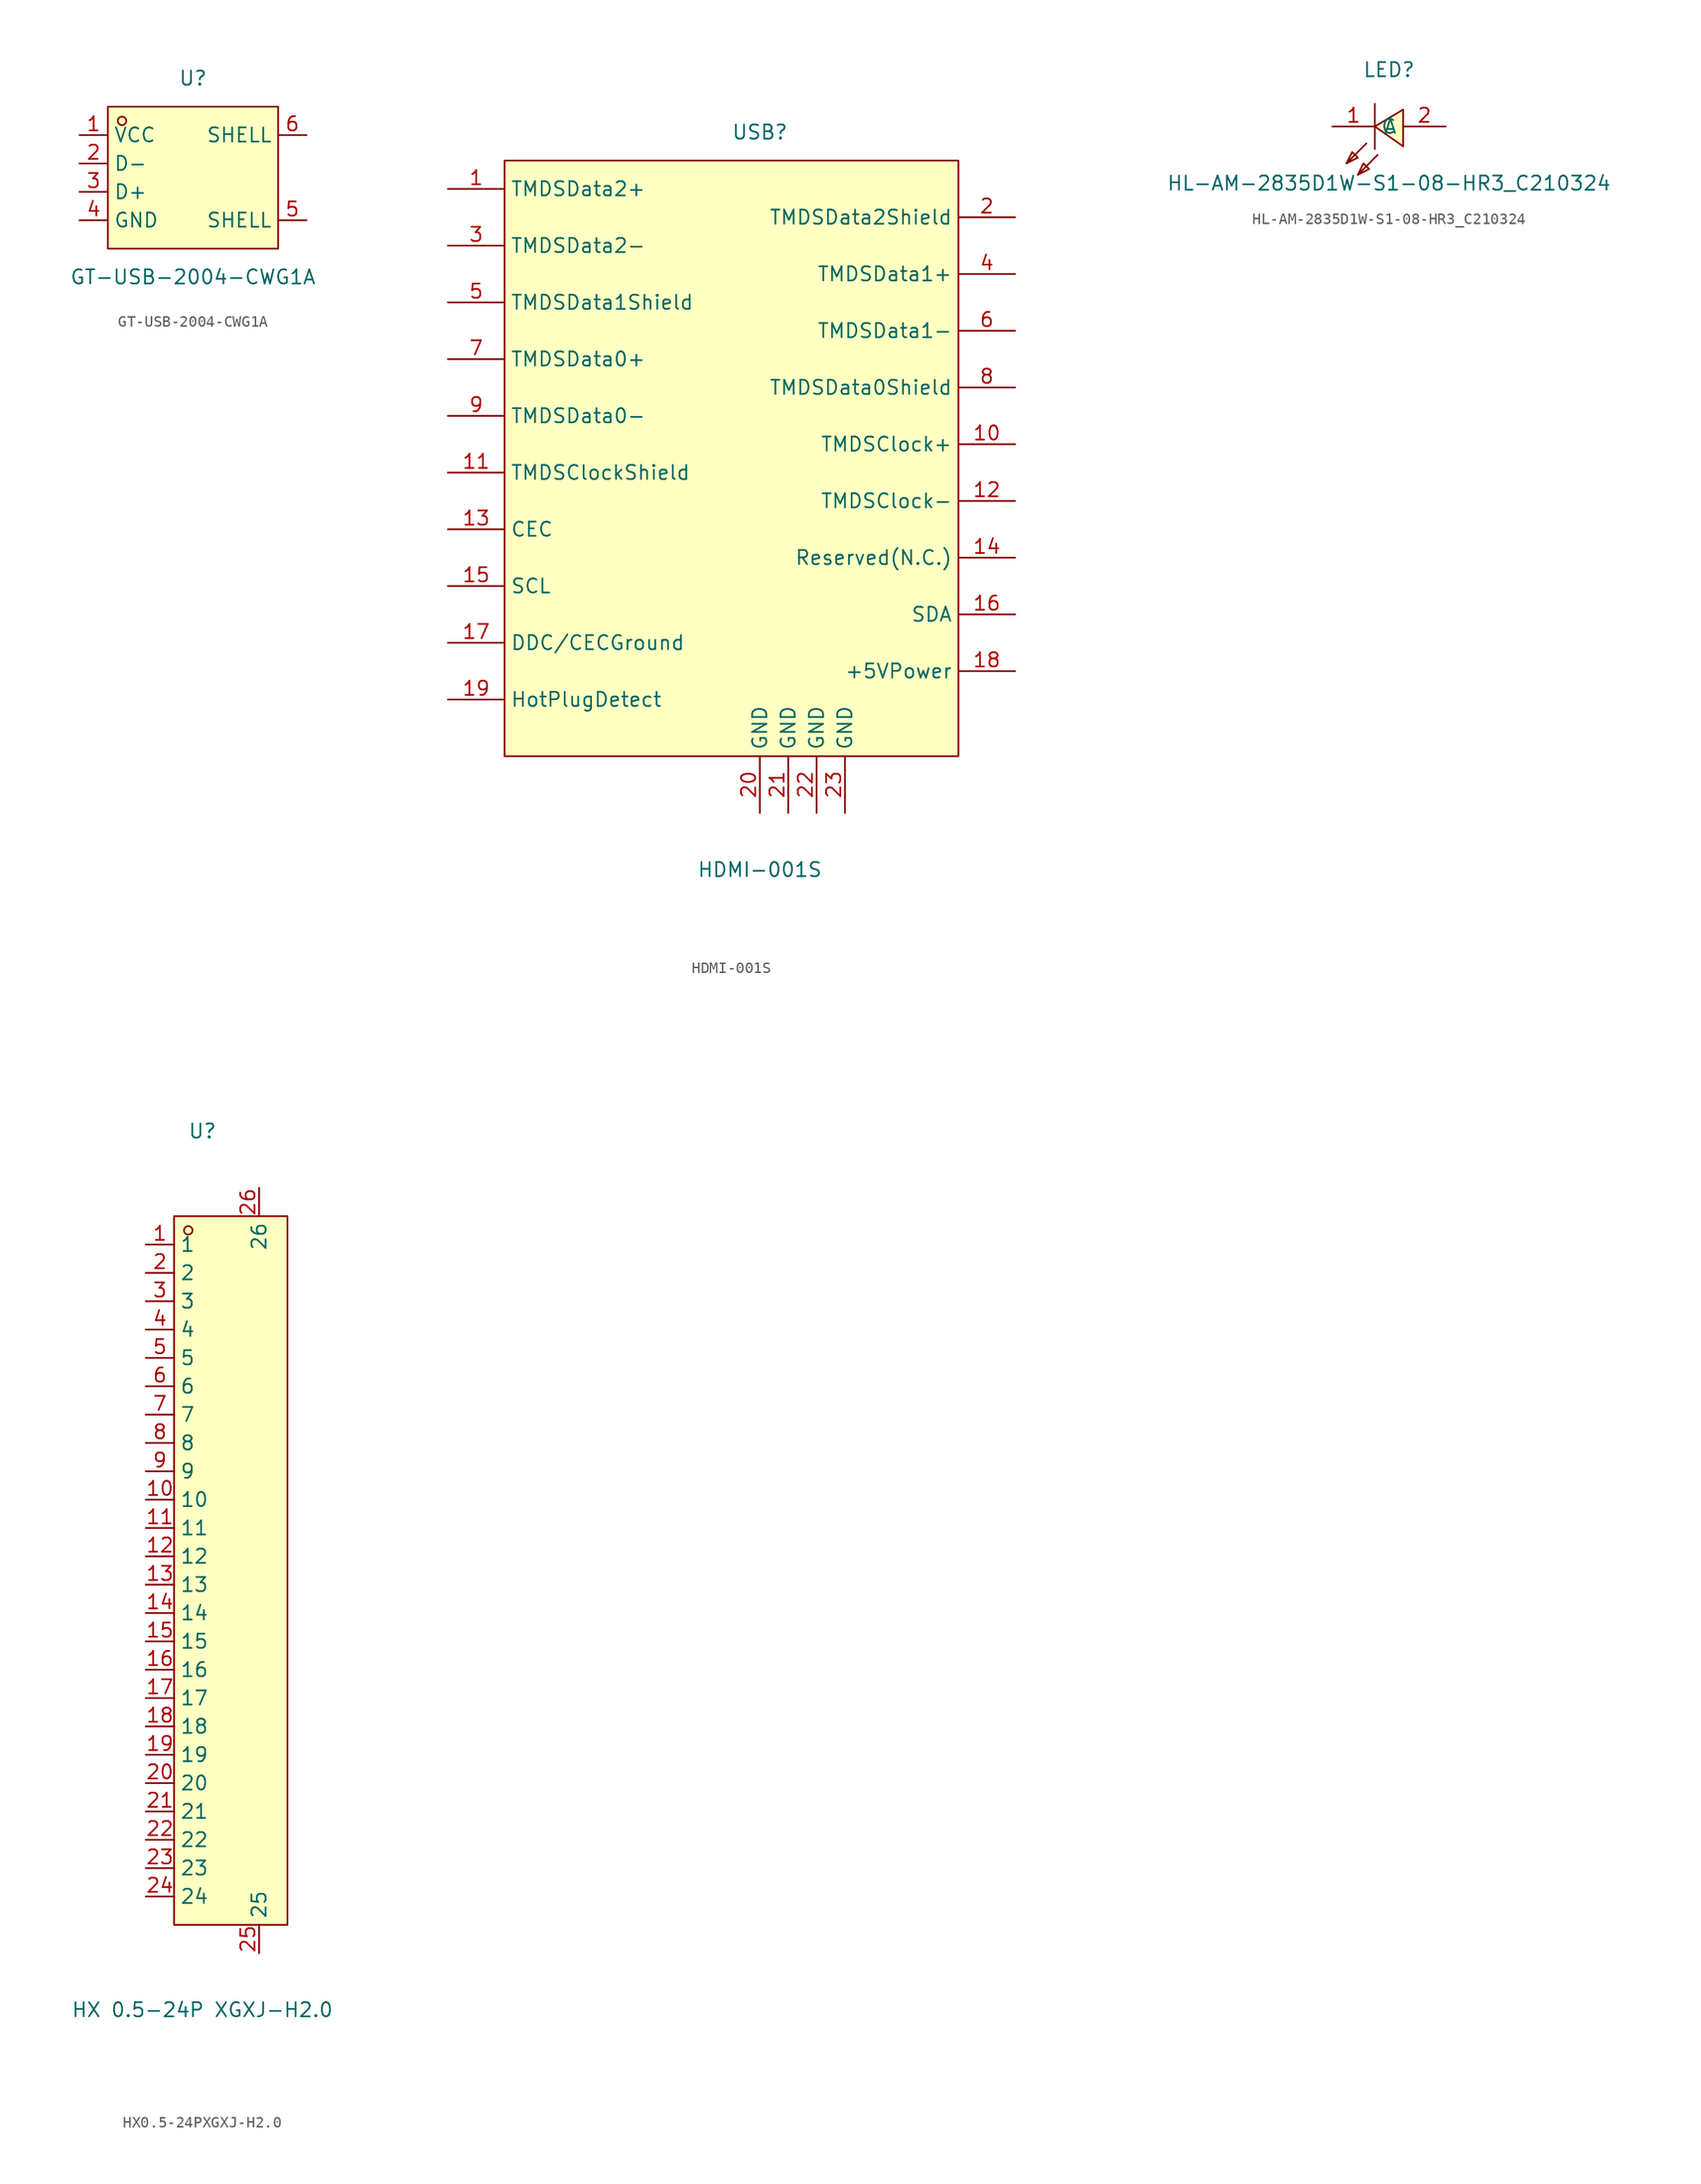
<source format=kicad_sym>
(kicad_symbol_lib
  (version 20220914)
  (generator https://github.com/uPesy/easyeda2kicad.py)
  (symbol "GT-USB-2004-CWG1A"
    (property "Reference" "U"
      (at 0 10.16 0)
      (effects (font (size 1.27 1.27))))
    (property "Value" "GT-USB-2004-CWG1A"
      (at 0 -7.62 0)
      (effects (font (size 1.27 1.27))))
    (symbol "GT-USB-2004-CWG1A_0_1"
      (rectangle (start -7.62 7.62) (end 7.62 -5.08) (stroke (width 0) (type default)) (fill (type background)))
      (circle (center -6.35 6.35) (radius 0.38) (stroke (width 0) (type default)) (fill (type none)))
      (pin unspecified line (at -10.16 5.08 0) (length 2.54) (name "VCC" (effects (font (size 1.27 1.27)))) (number "1" (effects (font (size 1.27 1.27)))))
      (pin unspecified line (at -10.16 2.54 0) (length 2.54) (name "D-" (effects (font (size 1.27 1.27)))) (number "2" (effects (font (size 1.27 1.27)))))
      (pin unspecified line (at -10.16 0 0) (length 2.54) (name "D+" (effects (font (size 1.27 1.27)))) (number "3" (effects (font (size 1.27 1.27)))))
      (pin unspecified line (at -10.16 -2.54 0) (length 2.54) (name "GND" (effects (font (size 1.27 1.27)))) (number "4" (effects (font (size 1.27 1.27)))))
      (pin unspecified line (at 10.16 -2.54 180) (length 2.54) (name "SHELL" (effects (font (size 1.27 1.27)))) (number "5" (effects (font (size 1.27 1.27)))))
      (pin unspecified line (at 10.16 5.08 180) (length 2.54) (name "SHELL" (effects (font (size 1.27 1.27)))) (number "6" (effects (font (size 1.27 1.27)))))))
  (symbol "HDMI-001S"
    (property "Reference" "USB"
      (at 0 26.67 0)
      (effects (font (size 1.27 1.27))))
    (property "Value" "HDMI-001S"
      (at 0 -39.37 0)
      (effects (font (size 1.27 1.27))))
    (symbol "HDMI-001S_0_1"
      (rectangle (start -22.86 24.13) (end 17.78 -29.21) (stroke (width 0) (type default)) (fill (type background)))
      (pin unspecified line (at -27.94 21.59 0) (length 5.08) (name "TMDSData2+" (effects (font (size 1.27 1.27)))) (number "1" (effects (font (size 1.27 1.27)))))
      (pin unspecified line (at 22.86 -1.27 180) (length 5.08) (name "TMDSClock+" (effects (font (size 1.27 1.27)))) (number "10" (effects (font (size 1.27 1.27)))))
      (pin unspecified line (at -27.94 -3.81 0) (length 5.08) (name "TMDSClockShield" (effects (font (size 1.27 1.27)))) (number "11" (effects (font (size 1.27 1.27)))))
      (pin unspecified line (at 22.86 -6.35 180) (length 5.08) (name "TMDSClock-" (effects (font (size 1.27 1.27)))) (number "12" (effects (font (size 1.27 1.27)))))
      (pin unspecified line (at -27.94 -8.89 0) (length 5.08) (name "CEC" (effects (font (size 1.27 1.27)))) (number "13" (effects (font (size 1.27 1.27)))))
      (pin unspecified line (at 22.86 -11.43 180) (length 5.08) (name "Reserved(N.C.)" (effects (font (size 1.27 1.27)))) (number "14" (effects (font (size 1.27 1.27)))))
      (pin unspecified line (at -27.94 -13.97 0) (length 5.08) (name "SCL" (effects (font (size 1.27 1.27)))) (number "15" (effects (font (size 1.27 1.27)))))
      (pin unspecified line (at 22.86 -16.51 180) (length 5.08) (name "SDA" (effects (font (size 1.27 1.27)))) (number "16" (effects (font (size 1.27 1.27)))))
      (pin unspecified line (at -27.94 -19.05 0) (length 5.08) (name "DDC/CECGround" (effects (font (size 1.27 1.27)))) (number "17" (effects (font (size 1.27 1.27)))))
      (pin unspecified line (at 22.86 -21.59 180) (length 5.08) (name "+5VPower" (effects (font (size 1.27 1.27)))) (number "18" (effects (font (size 1.27 1.27)))))
      (pin unspecified line (at -27.94 -24.13 0) (length 5.08) (name "HotPlugDetect" (effects (font (size 1.27 1.27)))) (number "19" (effects (font (size 1.27 1.27)))))
      (pin unspecified line (at 22.86 19.05 180) (length 5.08) (name "TMDSData2Shield" (effects (font (size 1.27 1.27)))) (number "2" (effects (font (size 1.27 1.27)))))
      (pin unspecified line (at 0 -34.29 90) (length 5.08) (name "GND" (effects (font (size 1.27 1.27)))) (number "20" (effects (font (size 1.27 1.27)))))
      (pin unspecified line (at 2.54 -34.29 90) (length 5.08) (name "GND" (effects (font (size 1.27 1.27)))) (number "21" (effects (font (size 1.27 1.27)))))
      (pin unspecified line (at 5.08 -34.29 90) (length 5.08) (name "GND" (effects (font (size 1.27 1.27)))) (number "22" (effects (font (size 1.27 1.27)))))
      (pin unspecified line (at 7.62 -34.29 90) (length 5.08) (name "GND" (effects (font (size 1.27 1.27)))) (number "23" (effects (font (size 1.27 1.27)))))
      (pin unspecified line (at -27.94 16.51 0) (length 5.08) (name "TMDSData2-" (effects (font (size 1.27 1.27)))) (number "3" (effects (font (size 1.27 1.27)))))
      (pin unspecified line (at 22.86 13.97 180) (length 5.08) (name "TMDSData1+" (effects (font (size 1.27 1.27)))) (number "4" (effects (font (size 1.27 1.27)))))
      (pin unspecified line (at -27.94 11.43 0) (length 5.08) (name "TMDSData1Shield" (effects (font (size 1.27 1.27)))) (number "5" (effects (font (size 1.27 1.27)))))
      (pin unspecified line (at 22.86 8.89 180) (length 5.08) (name "TMDSData1-" (effects (font (size 1.27 1.27)))) (number "6" (effects (font (size 1.27 1.27)))))
      (pin unspecified line (at -27.94 6.35 0) (length 5.08) (name "TMDSData0+" (effects (font (size 1.27 1.27)))) (number "7" (effects (font (size 1.27 1.27)))))
      (pin unspecified line (at 22.86 3.81 180) (length 5.08) (name "TMDSData0Shield" (effects (font (size 1.27 1.27)))) (number "8" (effects (font (size 1.27 1.27)))))
      (pin unspecified line (at -27.94 1.27 0) (length 5.08) (name "TMDSData0-" (effects (font (size 1.27 1.27)))) (number "9" (effects (font (size 1.27 1.27)))))))
  (symbol "HL-AM-2835D1W-S1-08-HR3_C210324"
    (property "Reference" "LED"
      (at 0 5.08 0)
      (effects (font (size 1.27 1.27))))
    (property "Value" "HL-AM-2835D1W-S1-08-HR3_C210324"
      (at 0 -5.08 0)
      (effects (font (size 1.27 1.27))))
    (symbol "HL-AM-2835D1W-S1-08-HR3_C210324_0_1"
      (polyline (pts (xy -2.03 -1.52) (xy -3.81 -3.3)) (stroke (width 0) (type default)) (fill (type none)))
      (polyline (pts (xy -1.27 -2.03) (xy -1.27 2.03)) (stroke (width 0) (type default)) (fill (type none)))
      (polyline (pts (xy -1.02 -2.54) (xy -2.79 -4.32)) (stroke (width 0) (type default)) (fill (type none)))
      (polyline (pts (xy -3.81 -3.3) (xy -2.79 -2.79) (xy -3.3 -2.29) (xy -3.81 -3.3)) (stroke (width 0) (type default)) (fill (type background)))
      (polyline (pts (xy -2.79 -4.32) (xy -1.78 -3.81) (xy -2.29 -3.3) (xy -2.79 -4.32)) (stroke (width 0) (type default)) (fill (type background)))
      (polyline (pts (xy 1.27 1.52) (xy -1.27 0) (xy 1.27 -1.78) (xy 1.27 1.52)) (stroke (width 0) (type default)) (fill (type background)))
      (pin unspecified line (at -5.08 0 0) (length 3.81) (name "C" (effects (font (size 1.27 1.27)))) (number "1" (effects (font (size 1.27 1.27)))))
      (pin unspecified line (at 5.08 0 180) (length 3.81) (name "A" (effects (font (size 1.27 1.27)))) (number "2" (effects (font (size 1.27 1.27)))))))
  (symbol "HX0.5-24PXGXJ-H2.0"
    (property "Reference" "U"
      (at 0 40.64 0)
      (effects (font (size 1.27 1.27))))
    (property "Value" "HX 0.5-24P XGXJ-H2.0"
      (at 0 -38.1 0)
      (effects (font (size 1.27 1.27))))
    (symbol "HX0.5-24PXGXJ-H2.0_0_1"
      (rectangle (start -2.54 33.02) (end 7.62 -30.48) (stroke (width 0) (type default)) (fill (type background)))
      (circle (center -1.27 31.75) (radius 0.38) (stroke (width 0) (type default)) (fill (type none)))
      (pin unspecified line (at -5.08 30.48 0) (length 2.54) (name "1" (effects (font (size 1.27 1.27)))) (number "1" (effects (font (size 1.27 1.27)))))
      (pin unspecified line (at -5.08 7.62 0) (length 2.54) (name "10" (effects (font (size 1.27 1.27)))) (number "10" (effects (font (size 1.27 1.27)))))
      (pin unspecified line (at -5.08 5.08 0) (length 2.54) (name "11" (effects (font (size 1.27 1.27)))) (number "11" (effects (font (size 1.27 1.27)))))
      (pin unspecified line (at -5.08 2.54 0) (length 2.54) (name "12" (effects (font (size 1.27 1.27)))) (number "12" (effects (font (size 1.27 1.27)))))
      (pin unspecified line (at -5.08 0 0) (length 2.54) (name "13" (effects (font (size 1.27 1.27)))) (number "13" (effects (font (size 1.27 1.27)))))
      (pin unspecified line (at -5.08 -2.54 0) (length 2.54) (name "14" (effects (font (size 1.27 1.27)))) (number "14" (effects (font (size 1.27 1.27)))))
      (pin unspecified line (at -5.08 -5.08 0) (length 2.54) (name "15" (effects (font (size 1.27 1.27)))) (number "15" (effects (font (size 1.27 1.27)))))
      (pin unspecified line (at -5.08 -7.62 0) (length 2.54) (name "16" (effects (font (size 1.27 1.27)))) (number "16" (effects (font (size 1.27 1.27)))))
      (pin unspecified line (at -5.08 -10.16 0) (length 2.54) (name "17" (effects (font (size 1.27 1.27)))) (number "17" (effects (font (size 1.27 1.27)))))
      (pin unspecified line (at -5.08 -12.7 0) (length 2.54) (name "18" (effects (font (size 1.27 1.27)))) (number "18" (effects (font (size 1.27 1.27)))))
      (pin unspecified line (at -5.08 -15.24 0) (length 2.54) (name "19" (effects (font (size 1.27 1.27)))) (number "19" (effects (font (size 1.27 1.27)))))
      (pin unspecified line (at -5.08 27.94 0) (length 2.54) (name "2" (effects (font (size 1.27 1.27)))) (number "2" (effects (font (size 1.27 1.27)))))
      (pin unspecified line (at -5.08 -17.78 0) (length 2.54) (name "20" (effects (font (size 1.27 1.27)))) (number "20" (effects (font (size 1.27 1.27)))))
      (pin unspecified line (at -5.08 -20.32 0) (length 2.54) (name "21" (effects (font (size 1.27 1.27)))) (number "21" (effects (font (size 1.27 1.27)))))
      (pin unspecified line (at -5.08 -22.86 0) (length 2.54) (name "22" (effects (font (size 1.27 1.27)))) (number "22" (effects (font (size 1.27 1.27)))))
      (pin unspecified line (at -5.08 -25.4 0) (length 2.54) (name "23" (effects (font (size 1.27 1.27)))) (number "23" (effects (font (size 1.27 1.27)))))
      (pin unspecified line (at -5.08 -27.94 0) (length 2.54) (name "24" (effects (font (size 1.27 1.27)))) (number "24" (effects (font (size 1.27 1.27)))))
      (pin unspecified line (at 5.08 -33.02 90) (length 2.54) (name "25" (effects (font (size 1.27 1.27)))) (number "25" (effects (font (size 1.27 1.27)))))
      (pin unspecified line (at 5.08 35.56 270) (length 2.54) (name "26" (effects (font (size 1.27 1.27)))) (number "26" (effects (font (size 1.27 1.27)))))
      (pin unspecified line (at -5.08 25.4 0) (length 2.54) (name "3" (effects (font (size 1.27 1.27)))) (number "3" (effects (font (size 1.27 1.27)))))
      (pin unspecified line (at -5.08 22.86 0) (length 2.54) (name "4" (effects (font (size 1.27 1.27)))) (number "4" (effects (font (size 1.27 1.27)))))
      (pin unspecified line (at -5.08 20.32 0) (length 2.54) (name "5" (effects (font (size 1.27 1.27)))) (number "5" (effects (font (size 1.27 1.27)))))
      (pin unspecified line (at -5.08 17.78 0) (length 2.54) (name "6" (effects (font (size 1.27 1.27)))) (number "6" (effects (font (size 1.27 1.27)))))
      (pin unspecified line (at -5.08 15.24 0) (length 2.54) (name "7" (effects (font (size 1.27 1.27)))) (number "7" (effects (font (size 1.27 1.27)))))
      (pin unspecified line (at -5.08 12.7 0) (length 2.54) (name "8" (effects (font (size 1.27 1.27)))) (number "8" (effects (font (size 1.27 1.27)))))
      (pin unspecified line (at -5.08 10.16 0) (length 2.54) (name "9" (effects (font (size 1.27 1.27)))) (number "9" (effects (font (size 1.27 1.27))))))))
</source>
